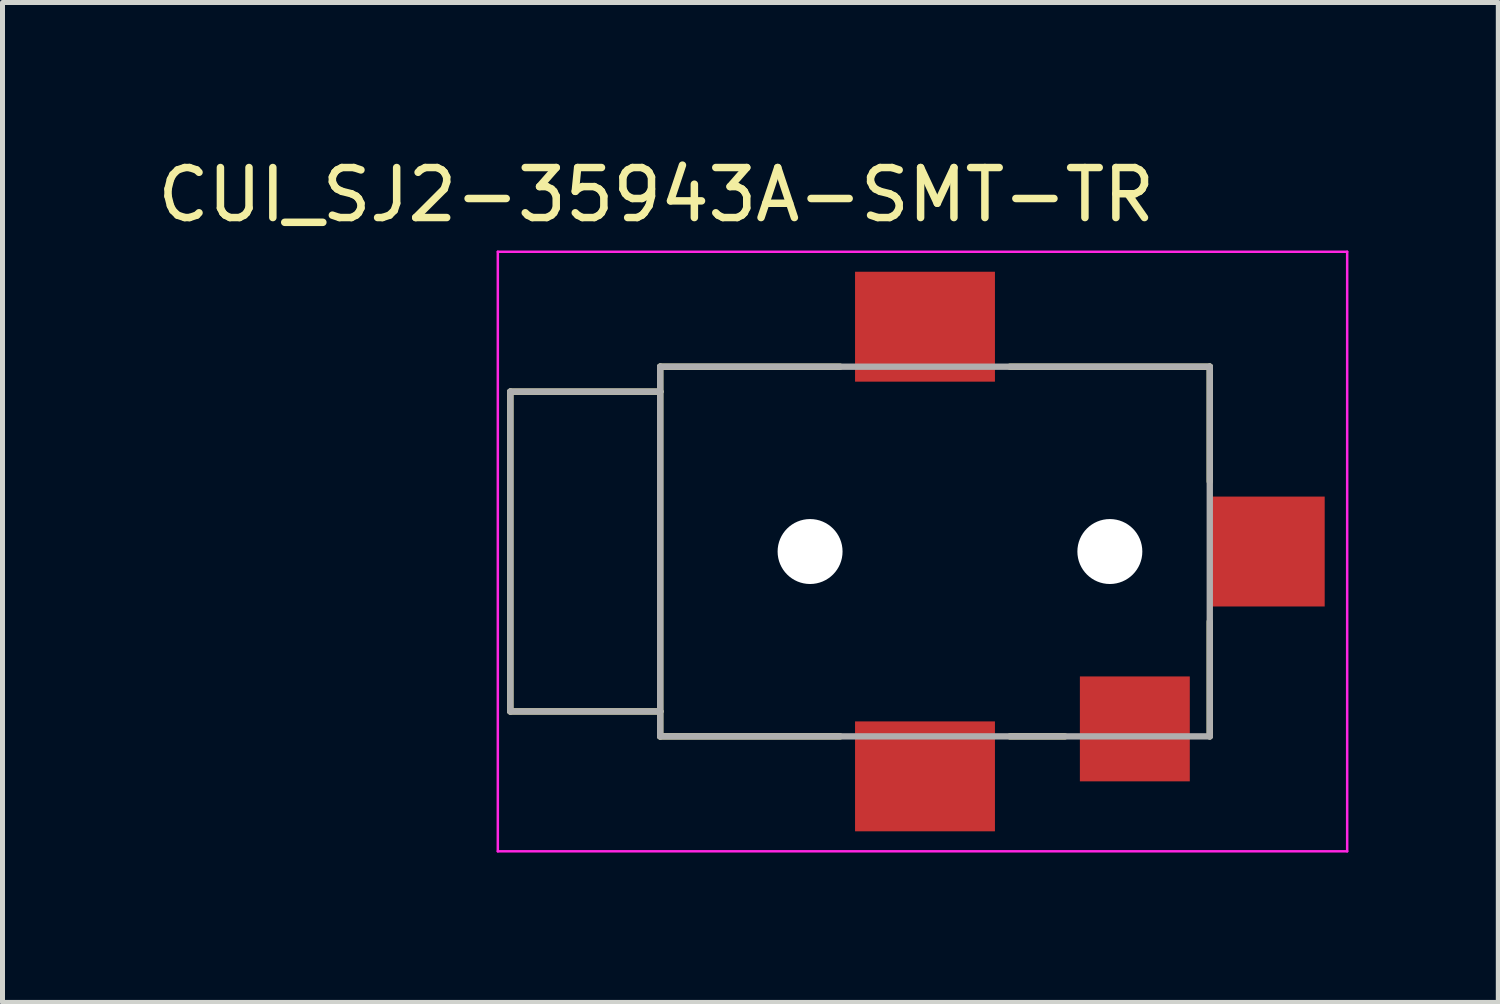
<source format=kicad_pcb>
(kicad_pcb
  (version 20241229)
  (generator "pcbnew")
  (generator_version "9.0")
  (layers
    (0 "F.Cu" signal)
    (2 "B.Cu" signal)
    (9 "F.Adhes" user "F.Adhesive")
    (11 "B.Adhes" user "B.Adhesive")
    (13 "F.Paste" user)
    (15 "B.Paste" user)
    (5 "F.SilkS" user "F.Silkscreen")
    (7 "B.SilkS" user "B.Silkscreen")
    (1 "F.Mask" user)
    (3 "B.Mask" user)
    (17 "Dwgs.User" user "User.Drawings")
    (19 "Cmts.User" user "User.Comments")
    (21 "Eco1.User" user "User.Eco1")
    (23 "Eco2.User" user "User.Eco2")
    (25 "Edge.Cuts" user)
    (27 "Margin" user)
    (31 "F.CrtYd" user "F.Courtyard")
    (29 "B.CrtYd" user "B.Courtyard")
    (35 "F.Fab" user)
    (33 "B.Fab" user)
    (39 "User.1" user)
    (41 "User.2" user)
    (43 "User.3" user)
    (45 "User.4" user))
  (footprint "CUI_SJ2-35943A-SMT-TR"
    (layer "F.Cu")
    (at 15.664 7.989)
    (property "Reference" "CUI_SJ2-35943A-SMT-TR" (at -5.579 -7.14 0) (layer "F.SilkS") (effects (font (size 1.001 1.001) (thickness 0.15))))
    (attr through_hole)
    (fp_line (start -8.5 -3.2) (end -8.5 3.2) (stroke (width 0.127) (type solid)) (layer "F.SilkS"))
    (fp_line (start -8.5 3.2) (end -5.5 3.2) (stroke (width 0.127) (type solid)) (layer "F.SilkS"))
    (fp_line (start -5.5 -3.2) (end -8.5 -3.2) (stroke (width 0.127) (type solid)) (layer "F.SilkS"))
    (fp_line (start -5.5 -3.2) (end -5.5 -3.7) (stroke (width 0.127) (type solid)) (layer "F.SilkS"))
    (fp_line (start -5.5 3.2) (end -5.5 -3.2) (stroke (width 0.127) (type solid)) (layer "F.SilkS"))
    (fp_line (start -5.5 3.7) (end -5.5 3.2) (stroke (width 0.127) (type solid)) (layer "F.SilkS"))
    (fp_line (start -1.9 -3.7) (end -5.5 -3.7) (stroke (width 0.127) (type solid)) (layer "F.SilkS"))
    (fp_line (start -1.9 3.7) (end -5.5 3.7) (stroke (width 0.127) (type solid)) (layer "F.SilkS"))
    (fp_line (start 1.5 -3.7) (end 5.5 -3.7) (stroke (width 0.127) (type solid)) (layer "F.SilkS"))
    (fp_line (start 2.6 3.7) (end 1.5 3.7) (stroke (width 0.127) (type solid)) (layer "F.SilkS"))
    (fp_line (start 5.5 -3.7) (end 5.5 -1.4) (stroke (width 0.127) (type solid)) (layer "F.SilkS"))
    (fp_line (start 5.5 1.4) (end 5.5 3.7) (stroke (width 0.127) (type solid)) (layer "F.SilkS"))
    (fp_line (start -8.75 -6) (end 8.25 -6) (stroke (width 0.05) (type solid)) (layer "F.CrtYd"))
    (fp_line (start -8.75 6) (end -8.75 -6) (stroke (width 0.05) (type solid)) (layer "F.CrtYd"))
    (fp_line (start 8.25 -6) (end 8.25 6) (stroke (width 0.05) (type solid)) (layer "F.CrtYd"))
    (fp_line (start 8.25 6) (end -8.75 6) (stroke (width 0.05) (type solid)) (layer "F.CrtYd"))
    (fp_line (start -8.5 -3.2) (end -8.5 3.2) (stroke (width 0.127) (type solid)) (layer "F.Fab"))
    (fp_line (start -8.5 3.2) (end -5.5 3.2) (stroke (width 0.127) (type solid)) (layer "F.Fab"))
    (fp_line (start -5.5 -3.7) (end 5.5 -3.7) (stroke (width 0.127) (type solid)) (layer "F.Fab"))
    (fp_line (start -5.5 -3.2) (end -8.5 -3.2) (stroke (width 0.127) (type solid)) (layer "F.Fab"))
    (fp_line (start -5.5 -3.2) (end -5.5 -3.7) (stroke (width 0.127) (type solid)) (layer "F.Fab"))
    (fp_line (start -5.5 3.2) (end -5.5 -3.2) (stroke (width 0.127) (type solid)) (layer "F.Fab"))
    (fp_line (start -5.5 3.7) (end -5.5 3.2) (stroke (width 0.127) (type solid)) (layer "F.Fab"))
    (fp_line (start 5.5 -3.7) (end 5.5 3.7) (stroke (width 0.127) (type solid)) (layer "F.Fab"))
    (fp_line (start 5.5 3.7) (end -5.5 3.7) (stroke (width 0.127) (type solid)) (layer "F.Fab"))
    (pad "" np_thru_hole circle (at -2.5 0) (size 1.3 1.3) (drill 1.3) (layers "*.Cu" "*.Mask"))
    (pad "" np_thru_hole circle (at 3.5 0) (size 1.3 1.3) (drill 1.3) (layers "*.Cu" "*.Mask"))
    (pad "2" smd rect (at 4 3.55) (size 2.2 2.1) (layers "F.Cu" "F.Mask" "F.Paste"))
    (pad "3" smd rect (at 6.65 0) (size 2.3 2.2) (layers "F.Cu" "F.Mask" "F.Paste"))
    (pad "4_1" smd rect (at -0.2 -4.5) (size 2.8 2.2) (layers "F.Cu" "F.Mask" "F.Paste"))
    (pad "4_2" smd rect (at -0.2 4.5) (size 2.8 2.2) (layers "F.Cu" "F.Mask" "F.Paste")))
  (gr_rect
    (start -3 -3)
    (end 26.939 17.014)
    (stroke (width 0.1) (type default))
    (fill no)
    (layer "Edge.Cuts")))
</source>
